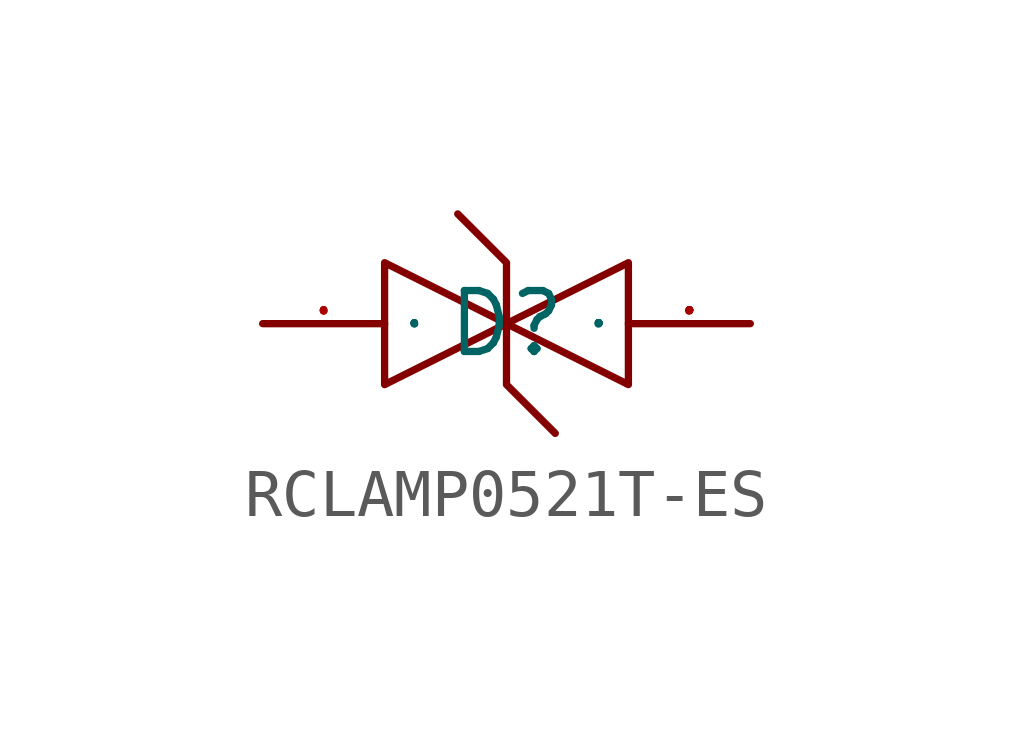
<source format=kicad_sym>
(kicad_symbol_lib
  (version 20241209)
  (generator "kicad_symbol_editor")
  (generator_version "9.0")
  (symbol "RCLAMP0521T-ES"
    (property "Reference" "D"
      (at 0 0 0)
      (effects (font (size 1.27 1.27))))
    (property "Value" ""
      (at 0 0 0)
      (effects (font (size 1.27 1.27))))
    (symbol "RCLAMP0521T-ES_1_0"
      (polyline (pts (xy -2.54 1.27) (xy 0 0) (xy 0 0) (xy -2.54 -1.27) (xy -2.54 -1.27) (xy -2.54 1.27)) (stroke (width 0) (type default)) (fill (type none)))
      (polyline (pts (xy -1.016 2.286) (xy 0 1.27) (xy 0 1.27) (xy 0 -1.27) (xy 0 -1.27) (xy 1.016 -2.286)) (stroke (width 0) (type default)) (fill (type none)))
      (polyline (pts (xy 2.54 1.27) (xy 0 0) (xy 0 0) (xy 2.54 -1.27) (xy 2.54 -1.27) (xy 2.54 1.27)) (stroke (width 0) (type default)) (fill (type none)))
      (pin unspecified line (at -5.08 0 0) (length 2.54) (name "1" (effects (font (size 0.025 0.025)))) (number "1" (effects (font (size 0.025 0.025)))))
      (pin unspecified line (at 5.08 0 180) (length 2.54) (name "2" (effects (font (size 0.025 0.025)))) (number "2" (effects (font (size 0.025 0.025))))))))
</source>
